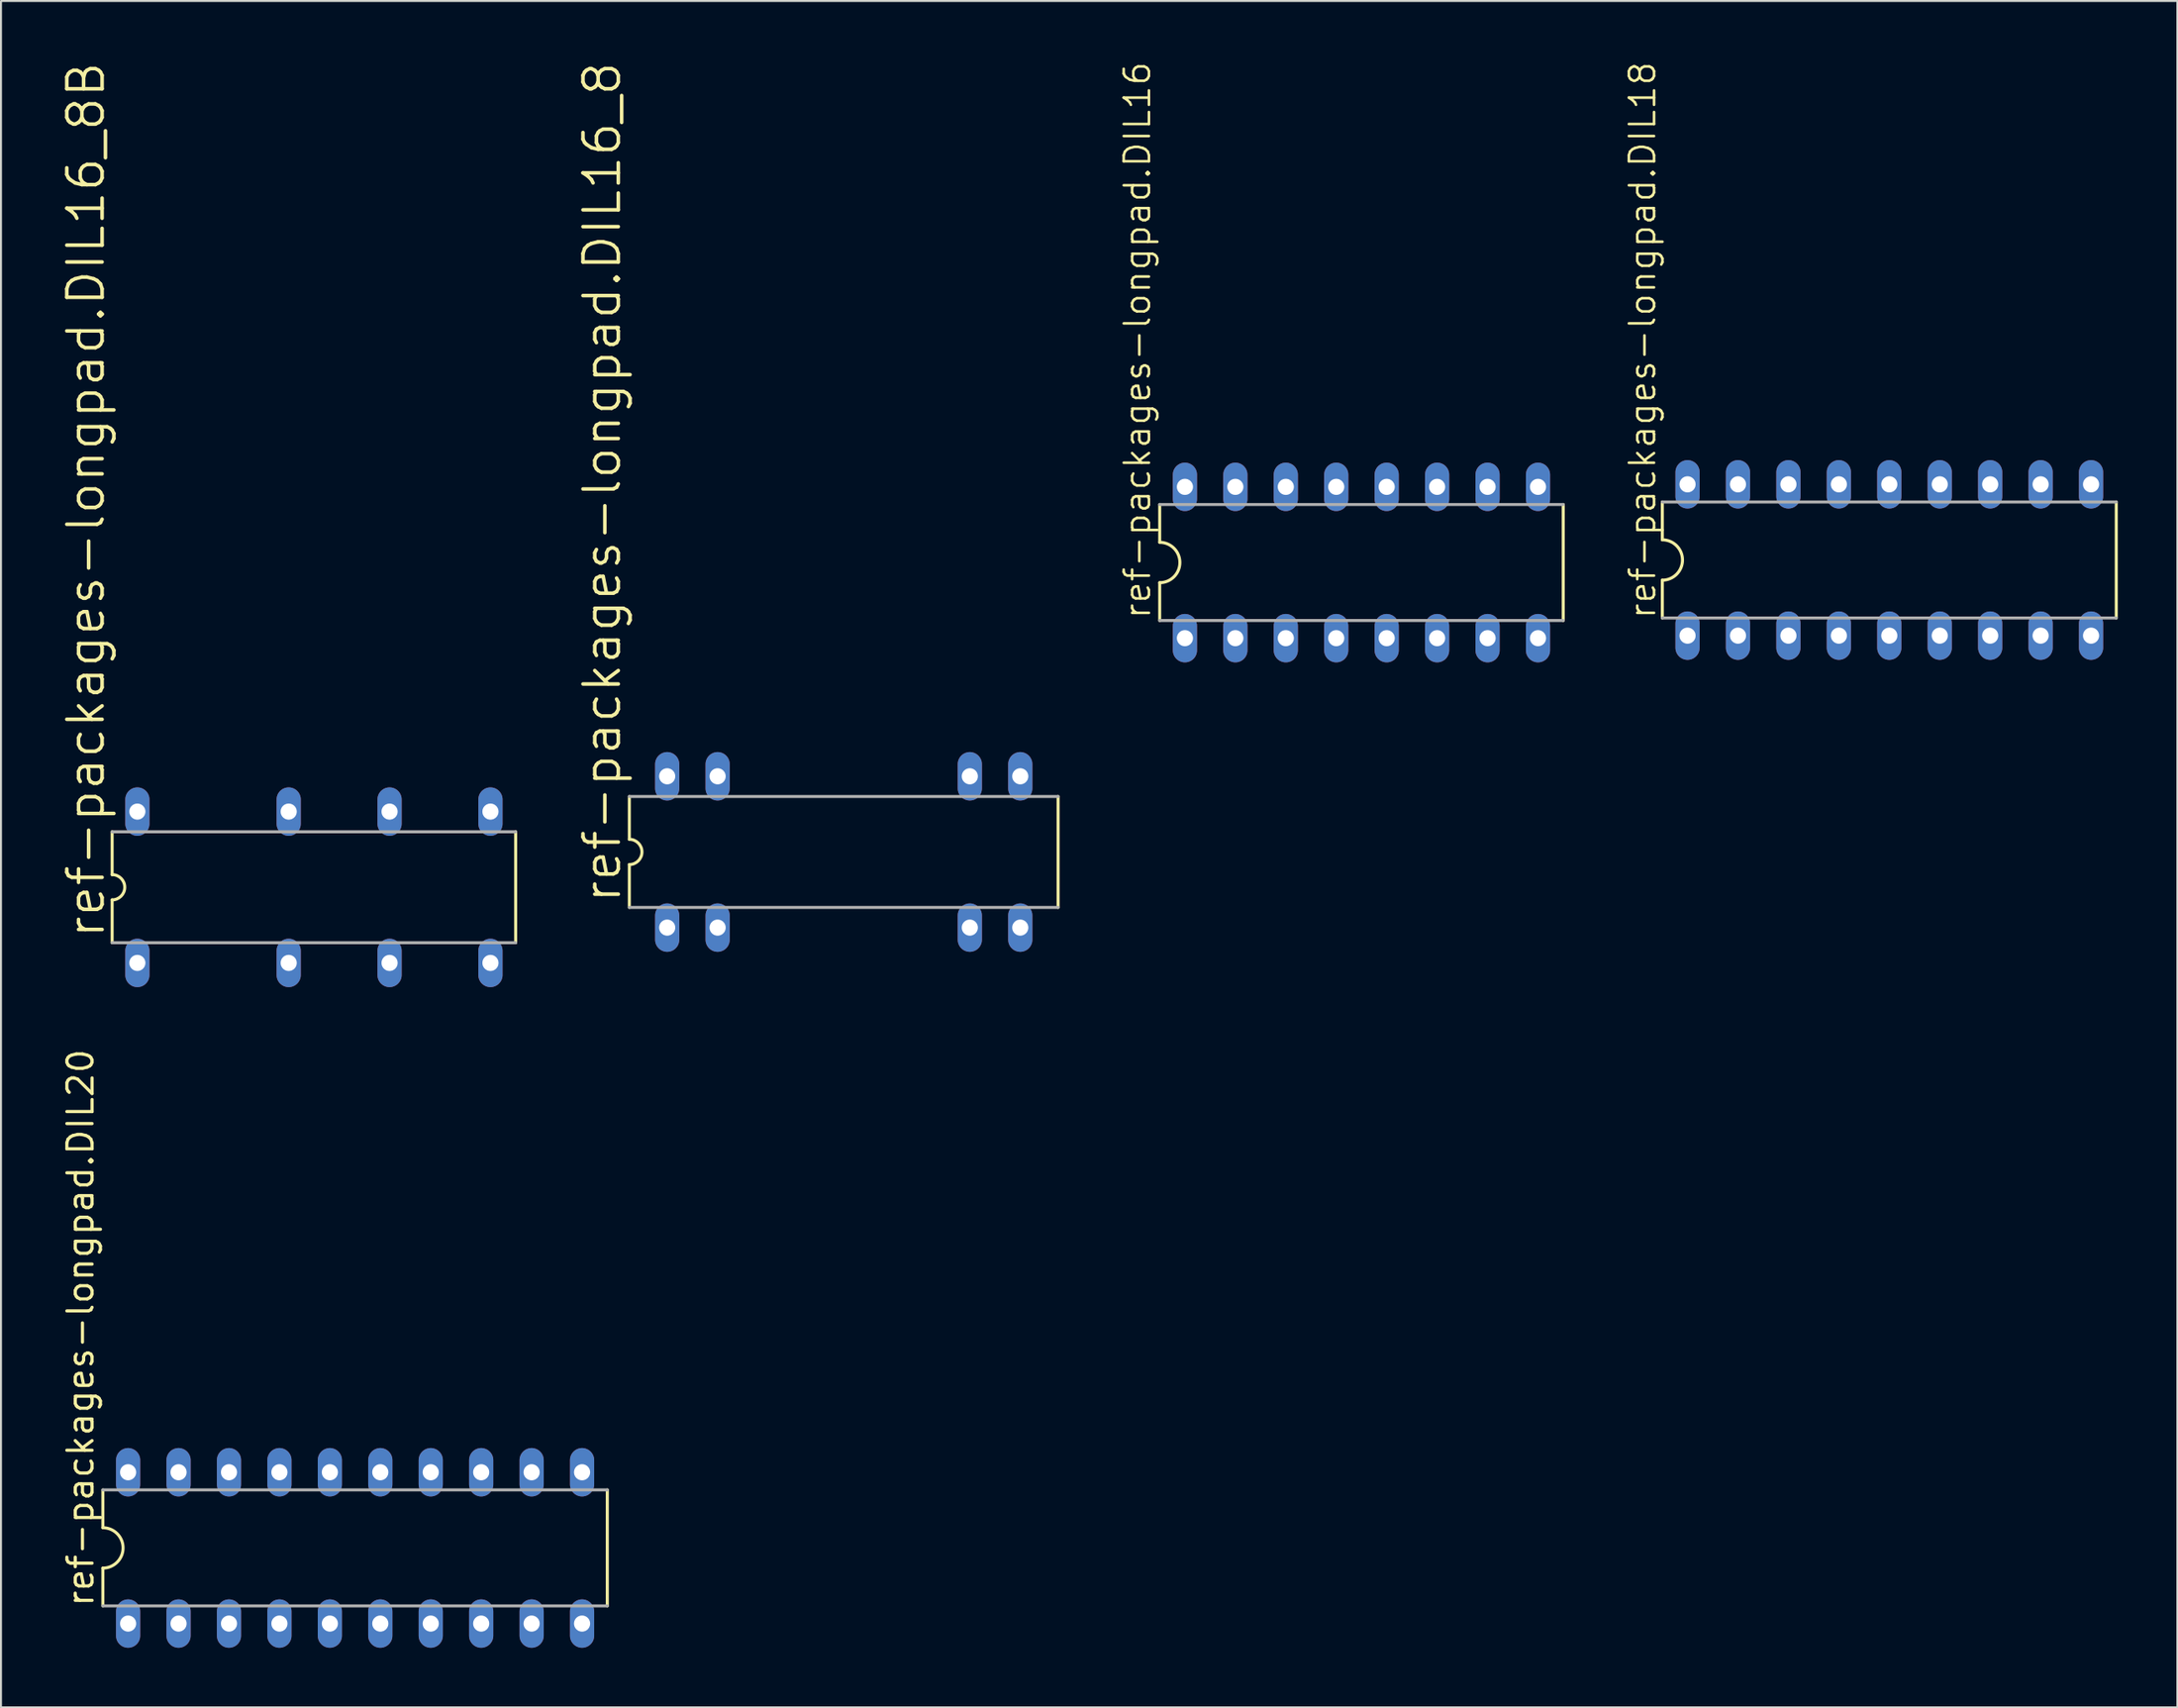
<source format=kicad_pcb>
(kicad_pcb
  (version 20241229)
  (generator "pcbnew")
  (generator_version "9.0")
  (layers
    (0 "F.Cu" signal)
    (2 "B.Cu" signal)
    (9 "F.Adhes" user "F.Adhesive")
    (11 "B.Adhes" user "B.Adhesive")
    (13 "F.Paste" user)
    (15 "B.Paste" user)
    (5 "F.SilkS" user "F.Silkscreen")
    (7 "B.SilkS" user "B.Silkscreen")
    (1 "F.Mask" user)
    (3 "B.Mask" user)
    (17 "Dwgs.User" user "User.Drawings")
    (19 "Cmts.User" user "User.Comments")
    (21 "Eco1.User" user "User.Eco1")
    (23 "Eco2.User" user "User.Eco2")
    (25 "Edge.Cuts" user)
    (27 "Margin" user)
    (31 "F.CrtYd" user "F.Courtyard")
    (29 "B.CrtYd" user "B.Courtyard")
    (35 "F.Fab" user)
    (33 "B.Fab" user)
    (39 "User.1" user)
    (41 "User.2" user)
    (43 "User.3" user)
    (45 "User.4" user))
  (footprint "ref-packages-longpad.DIL20"
    (layer "F.Cu")
    (at 14.831 74.897)
    (property "Reference" "ref-packages-longpad.DIL20" (at -13.081 3.048 90) (layer "F.SilkS") (effects (font (size 1.27 1.27) (thickness 0.16)) (justify left bottom)))
    (attr through_hole)
    (fp_line (start -12.7 -2.921) (end -12.7 -1.016) (stroke (width 0.152) (type default)) (layer "F.SilkS"))
    (fp_line (start -12.7 2.921) (end -12.7 1.016) (stroke (width 0.152) (type default)) (layer "F.SilkS"))
    (fp_line (start 12.7 -2.921) (end 12.7 2.921) (stroke (width 0.152) (type default)) (layer "F.SilkS"))
    (fp_arc (start -12.7 -1.016) (mid -11.684 0) (end -12.7 1.016) (stroke (width 0.1524) (type default)) (layer "F.SilkS"))
    (fp_line (start -12.7 2.921) (end 12.7 2.921) (stroke (width 0.152) (type default)) (layer "F.Fab"))
    (fp_line (start 12.7 -2.921) (end -12.7 -2.921) (stroke (width 0.152) (type default)) (layer "F.Fab"))
    (pad "1" thru_hole oval (at -11.43 3.81 90) (size 2.438 1.219) (drill 0.813) (layers "*.Cu" "*.Mask"))
    (pad "2" thru_hole oval (at -8.89 3.81 90) (size 2.438 1.219) (drill 0.813) (layers "*.Cu" "*.Mask"))
    (pad "3" thru_hole oval (at -6.35 3.81 90) (size 2.438 1.219) (drill 0.813) (layers "*.Cu" "*.Mask"))
    (pad "4" thru_hole oval (at -3.81 3.81 90) (size 2.438 1.219) (drill 0.813) (layers "*.Cu" "*.Mask"))
    (pad "5" thru_hole oval (at -1.27 3.81 90) (size 2.438 1.219) (drill 0.813) (layers "*.Cu" "*.Mask"))
    (pad "6" thru_hole oval (at 1.27 3.81 90) (size 2.438 1.219) (drill 0.813) (layers "*.Cu" "*.Mask"))
    (pad "7" thru_hole oval (at 3.81 3.81 90) (size 2.438 1.219) (drill 0.813) (layers "*.Cu" "*.Mask"))
    (pad "8" thru_hole oval (at 6.35 3.81 90) (size 2.438 1.219) (drill 0.813) (layers "*.Cu" "*.Mask"))
    (pad "9" thru_hole oval (at 8.89 3.81 90) (size 2.438 1.219) (drill 0.813) (layers "*.Cu" "*.Mask"))
    (pad "10" thru_hole oval (at 11.43 3.81 90) (size 2.438 1.219) (drill 0.813) (layers "*.Cu" "*.Mask"))
    (pad "11" thru_hole oval (at 11.43 -3.81 90) (size 2.438 1.219) (drill 0.813) (layers "*.Cu" "*.Mask"))
    (pad "12" thru_hole oval (at 8.89 -3.81 90) (size 2.438 1.219) (drill 0.813) (layers "*.Cu" "*.Mask"))
    (pad "13" thru_hole oval (at 6.35 -3.81 90) (size 2.438 1.219) (drill 0.813) (layers "*.Cu" "*.Mask"))
    (pad "14" thru_hole oval (at 3.81 -3.81 90) (size 2.438 1.219) (drill 0.813) (layers "*.Cu" "*.Mask"))
    (pad "15" thru_hole oval (at 1.27 -3.81 90) (size 2.438 1.219) (drill 0.813) (layers "*.Cu" "*.Mask"))
    (pad "16" thru_hole oval (at -1.27 -3.81 90) (size 2.438 1.219) (drill 0.813) (layers "*.Cu" "*.Mask"))
    (pad "17" thru_hole oval (at -3.81 -3.81 90) (size 2.438 1.219) (drill 0.813) (layers "*.Cu" "*.Mask"))
    (pad "18" thru_hole oval (at -6.35 -3.81 90) (size 2.438 1.219) (drill 0.813) (layers "*.Cu" "*.Mask"))
    (pad "19" thru_hole oval (at -8.89 -3.81 90) (size 2.438 1.219) (drill 0.813) (layers "*.Cu" "*.Mask"))
    (pad "20" thru_hole oval (at -11.43 -3.81 90) (size 2.438 1.219) (drill 0.813) (layers "*.Cu" "*.Mask")))
  (footprint "ref-packages-longpad.DIL16_8B"
    (layer "F.Cu")
    (at 12.757 41.629)
    (property "Reference" "ref-packages-longpad.DIL16_8B" (at -10.439 2.667 90) (layer "F.SilkS") (effects (font (size 1.778 1.778) (thickness 0.18)) (justify left bottom)))
    (attr through_hole)
    (fp_line (start -10.16 -2.794) (end -10.16 -0.635) (stroke (width 0.152) (type default)) (layer "F.SilkS"))
    (fp_line (start -10.16 0.635) (end -10.16 2.794) (stroke (width 0.152) (type default)) (layer "F.SilkS"))
    (fp_line (start 10.16 2.794) (end 10.16 -2.794) (stroke (width 0.152) (type default)) (layer "F.SilkS"))
    (fp_arc (start -10.16 -0.635) (mid -9.525 0) (end -10.16 0.635) (stroke (width 0.1524) (type default)) (layer "F.SilkS"))
    (fp_line (start -10.16 2.794) (end 10.16 2.794) (stroke (width 0.152) (type default)) (layer "F.Fab"))
    (fp_line (start 10.16 -2.794) (end -10.16 -2.794) (stroke (width 0.152) (type default)) (layer "F.Fab"))
    (pad "1" thru_hole oval (at -8.89 3.81 90) (size 2.438 1.219) (drill 0.813) (layers "*.Cu" "*.Mask"))
    (pad "4" thru_hole oval (at -1.27 3.81 90) (size 2.438 1.219) (drill 0.813) (layers "*.Cu" "*.Mask"))
    (pad "6" thru_hole oval (at 3.81 3.81 90) (size 2.438 1.219) (drill 0.813) (layers "*.Cu" "*.Mask"))
    (pad "8" thru_hole oval (at 8.89 3.81 90) (size 2.438 1.219) (drill 0.813) (layers "*.Cu" "*.Mask"))
    (pad "9" thru_hole oval (at 8.89 -3.81 90) (size 2.438 1.219) (drill 0.813) (layers "*.Cu" "*.Mask"))
    (pad "11" thru_hole oval (at 3.81 -3.81 90) (size 2.438 1.219) (drill 0.813) (layers "*.Cu" "*.Mask"))
    (pad "13" thru_hole oval (at -1.27 -3.81 90) (size 2.438 1.219) (drill 0.813) (layers "*.Cu" "*.Mask"))
    (pad "16" thru_hole oval (at -8.89 -3.81 90) (size 2.438 1.219) (drill 0.813) (layers "*.Cu" "*.Mask")))
  (footprint "ref-packages-longpad.DIL18"
    (layer "F.Cu")
    (at 92.089 25.149)
    (property "Reference" "ref-packages-longpad.DIL18" (at -11.684 3.048 90) (layer "F.SilkS") (effects (font (size 1.27 1.27) (thickness 0.13)) (justify left bottom)))
    (attr through_hole)
    (fp_line (start -11.43 -2.921) (end -11.43 -1.016) (stroke (width 0.152) (type default)) (layer "F.SilkS"))
    (fp_line (start -11.43 2.921) (end -11.43 1.016) (stroke (width 0.152) (type default)) (layer "F.SilkS"))
    (fp_line (start 11.43 -2.921) (end 11.43 2.921) (stroke (width 0.152) (type default)) (layer "F.SilkS"))
    (fp_arc (start -11.43 -1.016) (mid -10.414 0) (end -11.43 1.016) (stroke (width 0.1524) (type default)) (layer "F.SilkS"))
    (fp_line (start -11.43 2.921) (end 11.43 2.921) (stroke (width 0.152) (type default)) (layer "F.Fab"))
    (fp_line (start 11.43 -2.921) (end -11.43 -2.921) (stroke (width 0.152) (type default)) (layer "F.Fab"))
    (pad "1" thru_hole oval (at -10.16 3.81 90) (size 2.438 1.219) (drill 0.813) (layers "*.Cu" "*.Mask"))
    (pad "2" thru_hole oval (at -7.62 3.81 90) (size 2.438 1.219) (drill 0.813) (layers "*.Cu" "*.Mask"))
    (pad "3" thru_hole oval (at -5.08 3.81 90) (size 2.438 1.219) (drill 0.813) (layers "*.Cu" "*.Mask"))
    (pad "4" thru_hole oval (at -2.54 3.81 90) (size 2.438 1.219) (drill 0.813) (layers "*.Cu" "*.Mask"))
    (pad "5" thru_hole oval (at 0 3.81 90) (size 2.438 1.219) (drill 0.813) (layers "*.Cu" "*.Mask"))
    (pad "6" thru_hole oval (at 2.54 3.81 90) (size 2.438 1.219) (drill 0.813) (layers "*.Cu" "*.Mask"))
    (pad "7" thru_hole oval (at 5.08 3.81 90) (size 2.438 1.219) (drill 0.813) (layers "*.Cu" "*.Mask"))
    (pad "8" thru_hole oval (at 7.62 3.81 90) (size 2.438 1.219) (drill 0.813) (layers "*.Cu" "*.Mask"))
    (pad "9" thru_hole oval (at 10.16 3.81 90) (size 2.438 1.219) (drill 0.813) (layers "*.Cu" "*.Mask"))
    (pad "10" thru_hole oval (at 10.16 -3.81 90) (size 2.438 1.219) (drill 0.813) (layers "*.Cu" "*.Mask"))
    (pad "11" thru_hole oval (at 7.62 -3.81 90) (size 2.438 1.219) (drill 0.813) (layers "*.Cu" "*.Mask"))
    (pad "12" thru_hole oval (at 5.08 -3.81 90) (size 2.438 1.219) (drill 0.813) (layers "*.Cu" "*.Mask"))
    (pad "13" thru_hole oval (at 2.54 -3.81 90) (size 2.438 1.219) (drill 0.813) (layers "*.Cu" "*.Mask"))
    (pad "14" thru_hole oval (at 0 -3.81 90) (size 2.438 1.219) (drill 0.813) (layers "*.Cu" "*.Mask"))
    (pad "15" thru_hole oval (at -2.54 -3.81 90) (size 2.438 1.219) (drill 0.813) (layers "*.Cu" "*.Mask"))
    (pad "16" thru_hole oval (at -5.08 -3.81 90) (size 2.438 1.219) (drill 0.813) (layers "*.Cu" "*.Mask"))
    (pad "17" thru_hole oval (at -7.62 -3.81 90) (size 2.438 1.219) (drill 0.813) (layers "*.Cu" "*.Mask"))
    (pad "18" thru_hole oval (at -10.16 -3.81 90) (size 2.438 1.219) (drill 0.813) (layers "*.Cu" "*.Mask")))
  (footprint "ref-packages-longpad.DIL16_8"
    (layer "F.Cu")
    (at 39.437 39.851)
    (property "Reference" "ref-packages-longpad.DIL16_8" (at -11.125 2.667 90) (layer "F.SilkS") (effects (font (size 1.778 1.778) (thickness 0.18)) (justify left bottom)))
    (attr through_hole)
    (fp_line (start -10.795 -2.794) (end -10.795 -0.635) (stroke (width 0.152) (type default)) (layer "F.SilkS"))
    (fp_line (start -10.795 0.635) (end -10.795 2.794) (stroke (width 0.152) (type default)) (layer "F.SilkS"))
    (fp_line (start 10.795 2.794) (end 10.795 -2.794) (stroke (width 0.152) (type default)) (layer "F.SilkS"))
    (fp_arc (start -10.795 -0.635) (mid -10.16 0) (end -10.795 0.635) (stroke (width 0.1524) (type default)) (layer "F.SilkS"))
    (fp_line (start -10.795 -2.794) (end 10.795 -2.794) (stroke (width 0.152) (type default)) (layer "F.Fab"))
    (fp_line (start -10.795 2.794) (end 10.795 2.794) (stroke (width 0.152) (type default)) (layer "F.Fab"))
    (pad "1" thru_hole oval (at -8.89 3.81 90) (size 2.438 1.219) (drill 0.813) (layers "*.Cu" "*.Mask"))
    (pad "2" thru_hole oval (at -6.35 3.81 90) (size 2.438 1.219) (drill 0.813) (layers "*.Cu" "*.Mask"))
    (pad "7" thru_hole oval (at 6.35 3.81 90) (size 2.438 1.219) (drill 0.813) (layers "*.Cu" "*.Mask"))
    (pad "8" thru_hole oval (at 8.89 3.81 90) (size 2.438 1.219) (drill 0.813) (layers "*.Cu" "*.Mask"))
    (pad "9" thru_hole oval (at 8.89 -3.81 90) (size 2.438 1.219) (drill 0.813) (layers "*.Cu" "*.Mask"))
    (pad "10" thru_hole oval (at 6.35 -3.81 90) (size 2.438 1.219) (drill 0.813) (layers "*.Cu" "*.Mask"))
    (pad "15" thru_hole oval (at -6.35 -3.81 90) (size 2.438 1.219) (drill 0.813) (layers "*.Cu" "*.Mask"))
    (pad "16" thru_hole oval (at -8.89 -3.81 90) (size 2.438 1.219) (drill 0.813) (layers "*.Cu" "*.Mask")))
  (footprint "ref-packages-longpad.DIL16"
    (layer "F.Cu")
    (at 65.509 25.276)
    (property "Reference" "ref-packages-longpad.DIL16" (at -10.541 2.921 90) (layer "F.SilkS") (effects (font (size 1.27 1.27) (thickness 0.13)) (justify left bottom)))
    (attr through_hole)
    (fp_line (start -10.16 -2.921) (end -10.16 -1.016) (stroke (width 0.152) (type default)) (layer "F.SilkS"))
    (fp_line (start -10.16 2.921) (end -10.16 1.016) (stroke (width 0.152) (type default)) (layer "F.SilkS"))
    (fp_line (start 10.16 -2.921) (end 10.16 2.921) (stroke (width 0.152) (type default)) (layer "F.SilkS"))
    (fp_arc (start -10.16 -1.016) (mid -9.144 0) (end -10.16 1.016) (stroke (width 0.1524) (type default)) (layer "F.SilkS"))
    (fp_line (start -10.16 2.921) (end 10.16 2.921) (stroke (width 0.152) (type default)) (layer "F.Fab"))
    (fp_line (start 10.16 -2.921) (end -10.16 -2.921) (stroke (width 0.152) (type default)) (layer "F.Fab"))
    (pad "1" thru_hole oval (at -8.89 3.81 90) (size 2.438 1.219) (drill 0.813) (layers "*.Cu" "*.Mask"))
    (pad "2" thru_hole oval (at -6.35 3.81 90) (size 2.438 1.219) (drill 0.813) (layers "*.Cu" "*.Mask"))
    (pad "3" thru_hole oval (at -3.81 3.81 90) (size 2.438 1.219) (drill 0.813) (layers "*.Cu" "*.Mask"))
    (pad "4" thru_hole oval (at -1.27 3.81 90) (size 2.438 1.219) (drill 0.813) (layers "*.Cu" "*.Mask"))
    (pad "5" thru_hole oval (at 1.27 3.81 90) (size 2.438 1.219) (drill 0.813) (layers "*.Cu" "*.Mask"))
    (pad "6" thru_hole oval (at 3.81 3.81 90) (size 2.438 1.219) (drill 0.813) (layers "*.Cu" "*.Mask"))
    (pad "7" thru_hole oval (at 6.35 3.81 90) (size 2.438 1.219) (drill 0.813) (layers "*.Cu" "*.Mask"))
    (pad "8" thru_hole oval (at 8.89 3.81 90) (size 2.438 1.219) (drill 0.813) (layers "*.Cu" "*.Mask"))
    (pad "9" thru_hole oval (at 8.89 -3.81 90) (size 2.438 1.219) (drill 0.813) (layers "*.Cu" "*.Mask"))
    (pad "10" thru_hole oval (at 6.35 -3.81 90) (size 2.438 1.219) (drill 0.813) (layers "*.Cu" "*.Mask"))
    (pad "11" thru_hole oval (at 3.81 -3.81 90) (size 2.438 1.219) (drill 0.813) (layers "*.Cu" "*.Mask"))
    (pad "12" thru_hole oval (at 1.27 -3.81 90) (size 2.438 1.219) (drill 0.813) (layers "*.Cu" "*.Mask"))
    (pad "13" thru_hole oval (at -1.27 -3.81 90) (size 2.438 1.219) (drill 0.813) (layers "*.Cu" "*.Mask"))
    (pad "14" thru_hole oval (at -3.81 -3.81 90) (size 2.438 1.219) (drill 0.813) (layers "*.Cu" "*.Mask"))
    (pad "15" thru_hole oval (at -6.35 -3.81 90) (size 2.438 1.219) (drill 0.813) (layers "*.Cu" "*.Mask"))
    (pad "16" thru_hole oval (at -8.89 -3.81 90) (size 2.438 1.219) (drill 0.813) (layers "*.Cu" "*.Mask")))
  (gr_rect
    (start -3 -3)
    (end 106.595 82.926)
    (stroke (width 0.1) (type default))
    (fill no)
    (layer "Edge.Cuts")))
</source>
